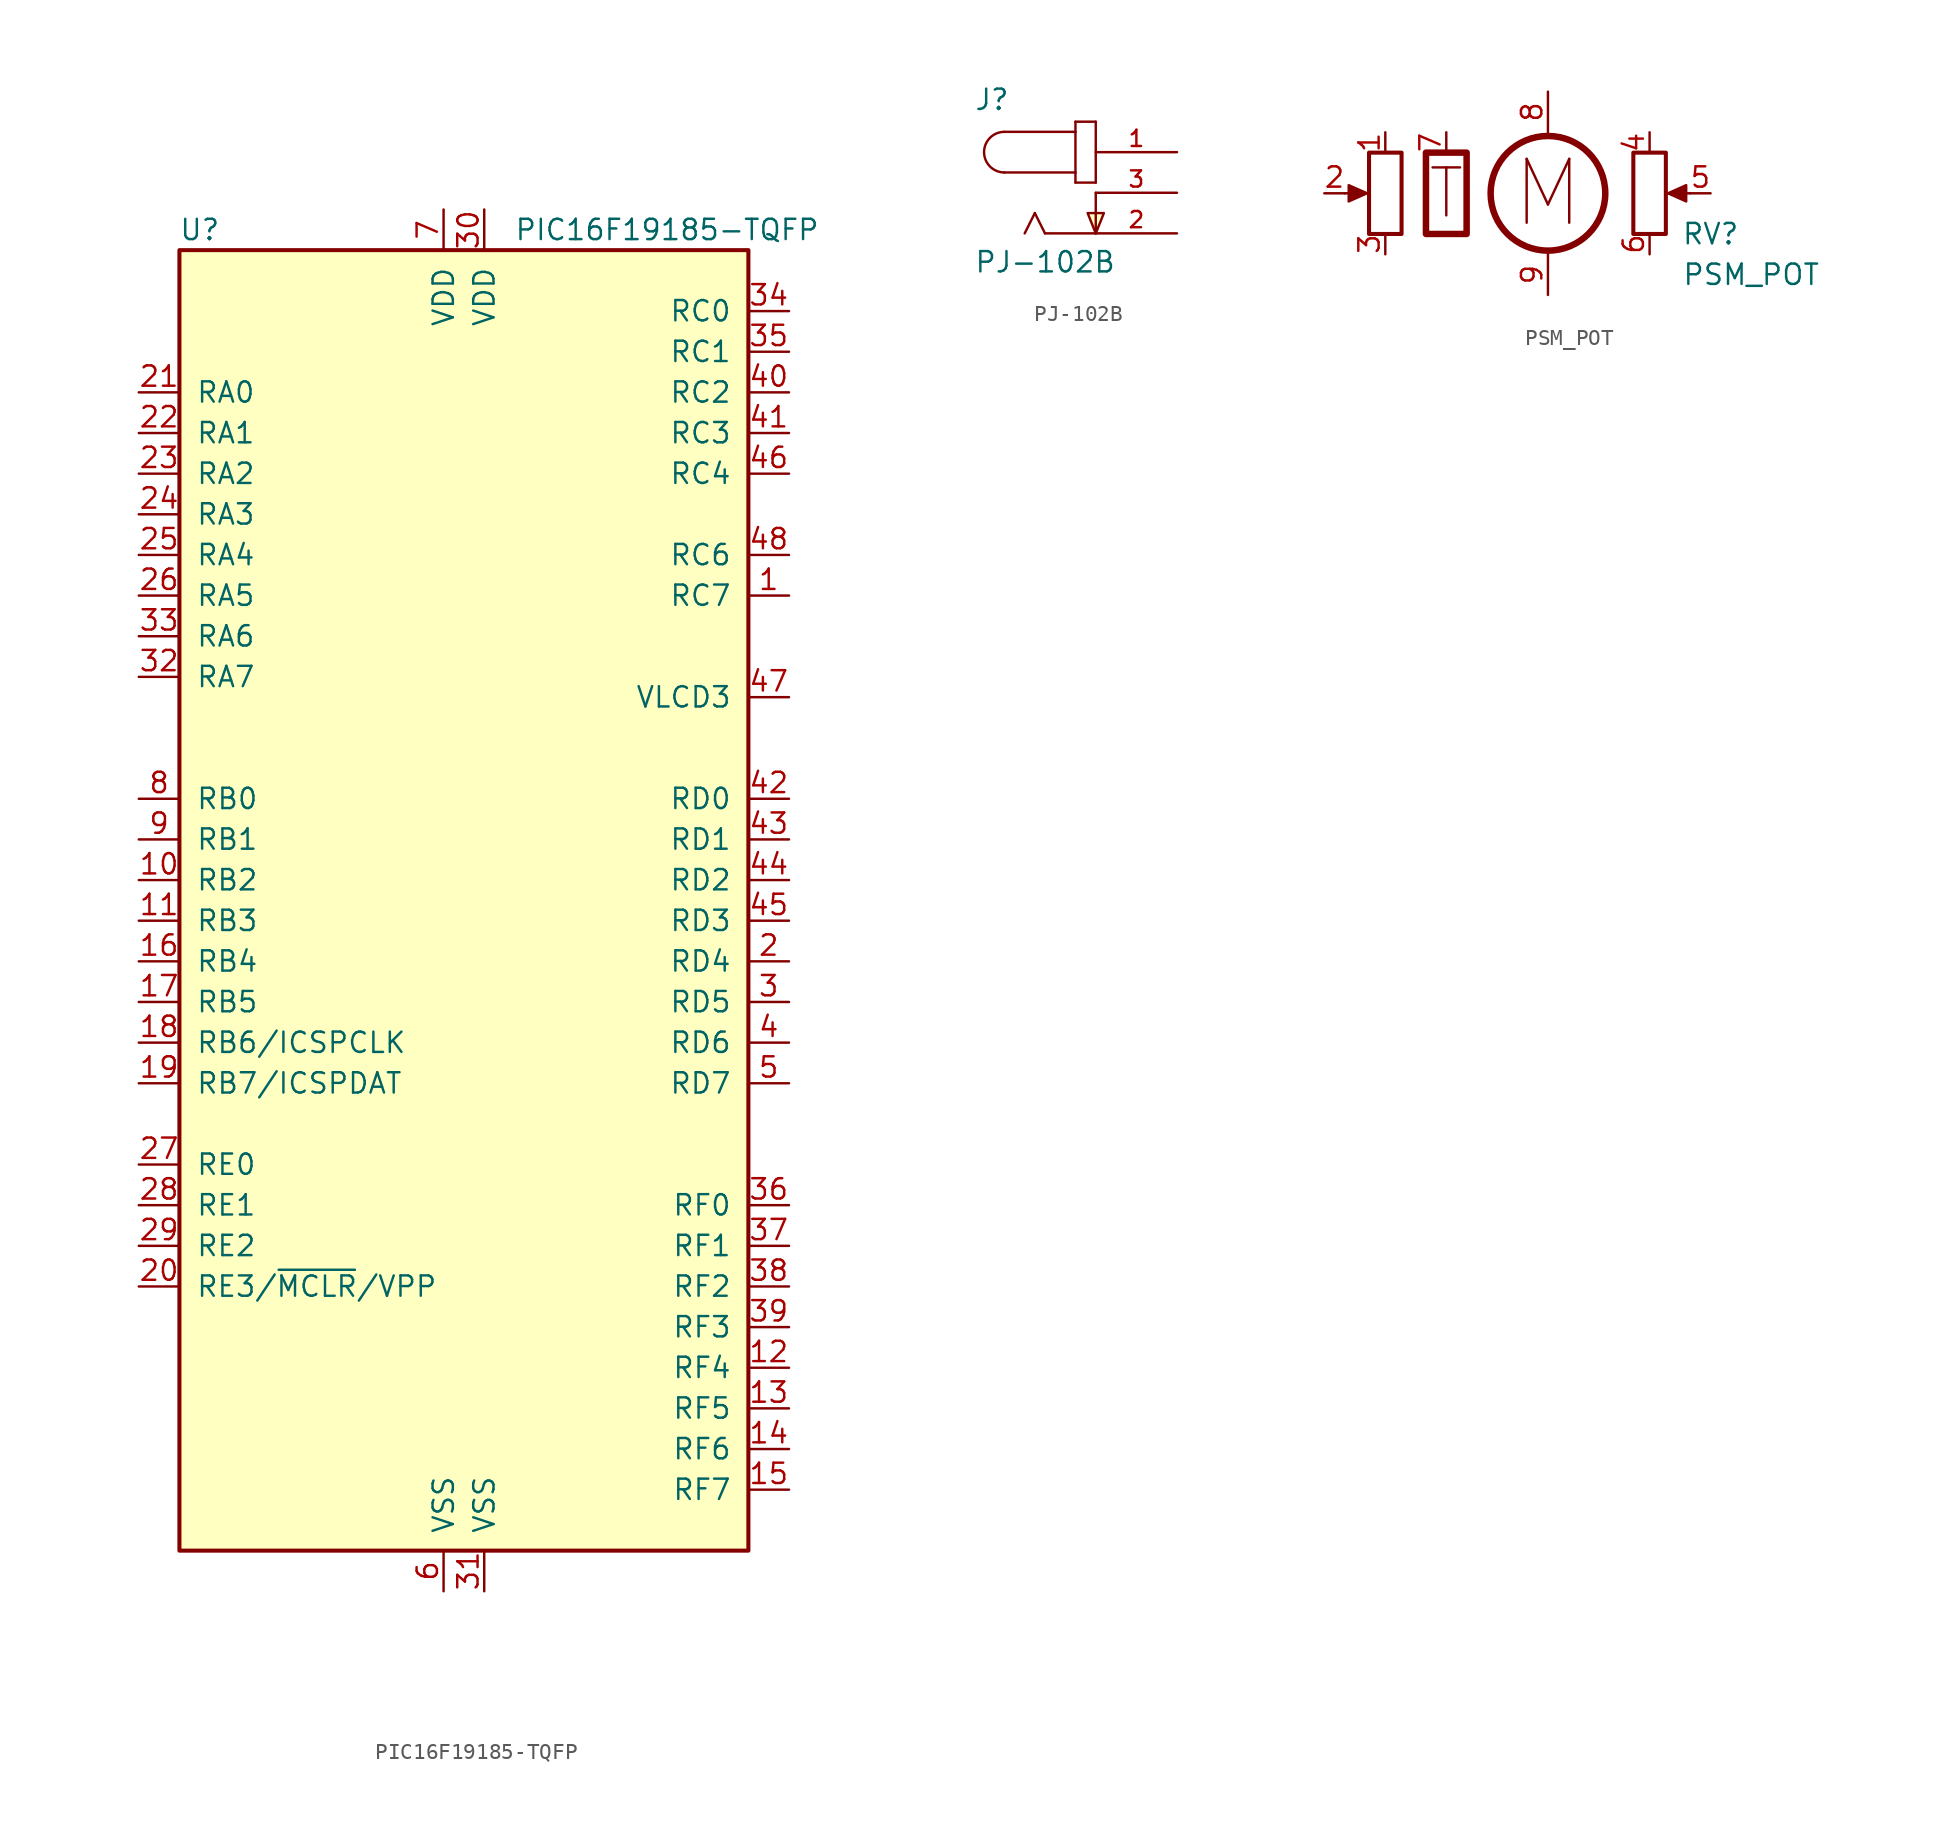
<source format=kicad_sym>
(kicad_symbol_lib
  (version 20220914)
  (generator kicad_symbol_editor)
  (symbol "PIC16F19185-TQFP"
    (pin_names
      (offset 1.016))
    (property "Reference" "U"
      (at -16.51 38.1 0)
      (effects (font (size 1.27 1.27))))
    (property "Value" "PIC16F19185-TQFP"
      (at 12.7 38.1 0)
      (effects (font (size 1.27 1.27))))
    (symbol "PIC16F19185-TQFP_0_1"
      (rectangle (start -17.78 36.83) (end 17.78 -44.45) (stroke (width 0.254) (type default)) (fill (type background))))
    (symbol "PIC16F19185-TQFP_1_1"
      (pin bidirectional line (at 20.32 15.24 180) (length 2.54) (name "RC7" (effects (font (size 1.27 1.27)))) (number "1" (effects (font (size 1.27 1.27)))))
      (pin bidirectional line (at -20.32 -2.54 0) (length 2.54) (name "RB2" (effects (font (size 1.27 1.27)))) (number "10" (effects (font (size 1.27 1.27)))))
      (pin bidirectional line (at -20.32 -5.08 0) (length 2.54) (name "RB3" (effects (font (size 1.27 1.27)))) (number "11" (effects (font (size 1.27 1.27)))))
      (pin bidirectional line (at 20.32 -33.02 180) (length 2.54) (name "RF4" (effects (font (size 1.27 1.27)))) (number "12" (effects (font (size 1.27 1.27)))))
      (pin bidirectional line (at 20.32 -35.56 180) (length 2.54) (name "RF5" (effects (font (size 1.27 1.27)))) (number "13" (effects (font (size 1.27 1.27)))))
      (pin bidirectional line (at 20.32 -38.1 180) (length 2.54) (name "RF6" (effects (font (size 1.27 1.27)))) (number "14" (effects (font (size 1.27 1.27)))))
      (pin bidirectional line (at 20.32 -40.64 180) (length 2.54) (name "RF7" (effects (font (size 1.27 1.27)))) (number "15" (effects (font (size 1.27 1.27)))))
      (pin bidirectional line (at -20.32 -7.62 0) (length 2.54) (name "RB4" (effects (font (size 1.27 1.27)))) (number "16" (effects (font (size 1.27 1.27)))))
      (pin bidirectional line (at -20.32 -10.16 0) (length 2.54) (name "RB5" (effects (font (size 1.27 1.27)))) (number "17" (effects (font (size 1.27 1.27)))))
      (pin bidirectional line (at -20.32 -12.7 0) (length 2.54) (name "RB6/ICSPCLK" (effects (font (size 1.27 1.27)))) (number "18" (effects (font (size 1.27 1.27)))))
      (pin bidirectional line (at -20.32 -15.24 0) (length 2.54) (name "RB7/ICSPDAT" (effects (font (size 1.27 1.27)))) (number "19" (effects (font (size 1.27 1.27)))))
      (pin bidirectional line (at 20.32 -7.62 180) (length 2.54) (name "RD4" (effects (font (size 1.27 1.27)))) (number "2" (effects (font (size 1.27 1.27)))))
      (pin bidirectional line (at -20.32 -27.94 0) (length 2.54) (name "RE3/~{MCLR}/VPP" (effects (font (size 1.27 1.27)))) (number "20" (effects (font (size 1.27 1.27)))))
      (pin bidirectional line (at -20.32 27.94 0) (length 2.54) (name "RA0" (effects (font (size 1.27 1.27)))) (number "21" (effects (font (size 1.27 1.27)))))
      (pin bidirectional line (at -20.32 25.4 0) (length 2.54) (name "RA1" (effects (font (size 1.27 1.27)))) (number "22" (effects (font (size 1.27 1.27)))))
      (pin bidirectional line (at -20.32 22.86 0) (length 2.54) (name "RA2" (effects (font (size 1.27 1.27)))) (number "23" (effects (font (size 1.27 1.27)))))
      (pin bidirectional line (at -20.32 20.32 0) (length 2.54) (name "RA3" (effects (font (size 1.27 1.27)))) (number "24" (effects (font (size 1.27 1.27)))))
      (pin bidirectional line (at -20.32 17.78 0) (length 2.54) (name "RA4" (effects (font (size 1.27 1.27)))) (number "25" (effects (font (size 1.27 1.27)))))
      (pin bidirectional line (at -20.32 15.24 0) (length 2.54) (name "RA5" (effects (font (size 1.27 1.27)))) (number "26" (effects (font (size 1.27 1.27)))))
      (pin bidirectional line (at -20.32 -20.32 0) (length 2.54) (name "RE0" (effects (font (size 1.27 1.27)))) (number "27" (effects (font (size 1.27 1.27)))))
      (pin bidirectional line (at -20.32 -22.86 0) (length 2.54) (name "RE1" (effects (font (size 1.27 1.27)))) (number "28" (effects (font (size 1.27 1.27)))))
      (pin bidirectional line (at -20.32 -25.4 0) (length 2.54) (name "RE2" (effects (font (size 1.27 1.27)))) (number "29" (effects (font (size 1.27 1.27)))))
      (pin bidirectional line (at 20.32 -10.16 180) (length 2.54) (name "RD5" (effects (font (size 1.27 1.27)))) (number "3" (effects (font (size 1.27 1.27)))))
      (pin power_in line (at 1.27 39.37 270) (length 2.54) (name "VDD" (effects (font (size 1.27 1.27)))) (number "30" (effects (font (size 1.27 1.27)))))
      (pin power_in line (at 1.27 -46.99 90) (length 2.54) (name "VSS" (effects (font (size 1.27 1.27)))) (number "31" (effects (font (size 1.27 1.27)))))
      (pin bidirectional line (at -20.32 10.16 0) (length 2.54) (name "RA7" (effects (font (size 1.27 1.27)))) (number "32" (effects (font (size 1.27 1.27)))))
      (pin bidirectional line (at -20.32 12.7 0) (length 2.54) (name "RA6" (effects (font (size 1.27 1.27)))) (number "33" (effects (font (size 1.27 1.27)))))
      (pin bidirectional line (at 20.32 33.02 180) (length 2.54) (name "RC0" (effects (font (size 1.27 1.27)))) (number "34" (effects (font (size 1.27 1.27)))))
      (pin bidirectional line (at 20.32 30.48 180) (length 2.54) (name "RC1" (effects (font (size 1.27 1.27)))) (number "35" (effects (font (size 1.27 1.27)))))
      (pin bidirectional line (at 20.32 -22.86 180) (length 2.54) (name "RF0" (effects (font (size 1.27 1.27)))) (number "36" (effects (font (size 1.27 1.27)))))
      (pin bidirectional line (at 20.32 -25.4 180) (length 2.54) (name "RF1" (effects (font (size 1.27 1.27)))) (number "37" (effects (font (size 1.27 1.27)))))
      (pin bidirectional line (at 20.32 -27.94 180) (length 2.54) (name "RF2" (effects (font (size 1.27 1.27)))) (number "38" (effects (font (size 1.27 1.27)))))
      (pin bidirectional line (at 20.32 -30.48 180) (length 2.54) (name "RF3" (effects (font (size 1.27 1.27)))) (number "39" (effects (font (size 1.27 1.27)))))
      (pin bidirectional line (at 20.32 -12.7 180) (length 2.54) (name "RD6" (effects (font (size 1.27 1.27)))) (number "4" (effects (font (size 1.27 1.27)))))
      (pin bidirectional line (at 20.32 27.94 180) (length 2.54) (name "RC2" (effects (font (size 1.27 1.27)))) (number "40" (effects (font (size 1.27 1.27)))))
      (pin bidirectional line (at 20.32 25.4 180) (length 2.54) (name "RC3" (effects (font (size 1.27 1.27)))) (number "41" (effects (font (size 1.27 1.27)))))
      (pin bidirectional line (at 20.32 2.54 180) (length 2.54) (name "RD0" (effects (font (size 1.27 1.27)))) (number "42" (effects (font (size 1.27 1.27)))))
      (pin bidirectional line (at 20.32 0 180) (length 2.54) (name "RD1" (effects (font (size 1.27 1.27)))) (number "43" (effects (font (size 1.27 1.27)))))
      (pin bidirectional line (at 20.32 -2.54 180) (length 2.54) (name "RD2" (effects (font (size 1.27 1.27)))) (number "44" (effects (font (size 1.27 1.27)))))
      (pin bidirectional line (at 20.32 -5.08 180) (length 2.54) (name "RD3" (effects (font (size 1.27 1.27)))) (number "45" (effects (font (size 1.27 1.27)))))
      (pin bidirectional line (at 20.32 22.86 180) (length 2.54) (name "RC4" (effects (font (size 1.27 1.27)))) (number "46" (effects (font (size 1.27 1.27)))))
      (pin bidirectional line (at 20.32 8.89 180) (length 2.54) (name "VLCD3" (effects (font (size 1.27 1.27)))) (number "47" (effects (font (size 1.27 1.27)))))
      (pin bidirectional line (at 20.32 17.78 180) (length 2.54) (name "RC6" (effects (font (size 1.27 1.27)))) (number "48" (effects (font (size 1.27 1.27)))))
      (pin bidirectional line (at 20.32 -15.24 180) (length 2.54) (name "RD7" (effects (font (size 1.27 1.27)))) (number "5" (effects (font (size 1.27 1.27)))))
      (pin power_in line (at -1.27 -46.99 90) (length 2.54) (name "VSS" (effects (font (size 1.27 1.27)))) (number "6" (effects (font (size 1.27 1.27)))))
      (pin power_in line (at -1.27 39.37 270) (length 2.54) (name "VDD" (effects (font (size 1.27 1.27)))) (number "7" (effects (font (size 1.27 1.27)))))
      (pin bidirectional line (at -20.32 2.54 0) (length 2.54) (name "RB0" (effects (font (size 1.27 1.27)))) (number "8" (effects (font (size 1.27 1.27)))))
      (pin bidirectional line (at -20.32 0 0) (length 2.54) (name "RB1" (effects (font (size 1.27 1.27)))) (number "9" (effects (font (size 1.27 1.27)))))))
  (symbol "PJ-102B"
    (pin_names
      (offset 1.016) hide)
    (property "Reference" "J"
      (at -7.62 5.08 0)
      (effects (font (size 1.27 1.27)) (justify left bottom)))
    (property "Value" "PJ-102B"
      (at -7.62 -5.08 0)
      (effects (font (size 1.27 1.27)) (justify left bottom)))
    (property "ki_locked" ""
      (at 0 0 0)
      (effects (font (size 1.27 1.27))))
    (symbol "PJ-102B_0_0"
      (arc (start -5.715 3.81) (mid -6.9795 2.54) (end -5.715 1.27) (stroke (width 0.1524) (type default)) (fill (type none)))
      (polyline (pts (xy -5.715 3.81) (xy -1.27 3.81)) (stroke (width 0.152) (type default)) (fill (type none)))
      (polyline (pts (xy -3.81 -1.27) (xy -4.445 -2.54)) (stroke (width 0.152) (type default)) (fill (type none)))
      (polyline (pts (xy -3.175 -2.54) (xy -3.81 -1.27)) (stroke (width 0.152) (type default)) (fill (type none)))
      (polyline (pts (xy -1.27 0.635) (xy 0 0.635)) (stroke (width 0.152) (type default)) (fill (type none)))
      (polyline (pts (xy -1.27 1.27) (xy -5.715 1.27)) (stroke (width 0.152) (type default)) (fill (type none)))
      (polyline (pts (xy -1.27 1.27) (xy -1.27 0.635)) (stroke (width 0.152) (type default)) (fill (type none)))
      (polyline (pts (xy -1.27 3.81) (xy -1.27 1.27)) (stroke (width 0.152) (type default)) (fill (type none)))
      (polyline (pts (xy -1.27 4.445) (xy -1.27 3.81)) (stroke (width 0.152) (type default)) (fill (type none)))
      (polyline (pts (xy 0 -2.54) (xy -3.175 -2.54)) (stroke (width 0.152) (type default)) (fill (type none)))
      (polyline (pts (xy 0 0) (xy 0 -2.54)) (stroke (width 0.152) (type default)) (fill (type none)))
      (polyline (pts (xy 0 0.635) (xy 0 4.445)) (stroke (width 0.152) (type default)) (fill (type none)))
      (polyline (pts (xy 0 4.445) (xy -1.27 4.445)) (stroke (width 0.152) (type default)) (fill (type none)))
      (polyline (pts (xy 0 -2.54) (xy -0.508 -1.27) (xy 0.508 -1.27) (xy 0 -2.54)) (stroke (width 0.152) (type default)) (fill (type background)))
      (pin passive line (at 5.08 2.54 180) (length 5.08) (name "~" (effects (font (size 1.016 1.016)))) (number "1" (effects (font (size 1.016 1.016)))))
      (pin passive line (at 5.08 -2.54 180) (length 5.08) (name "~" (effects (font (size 1.016 1.016)))) (number "2" (effects (font (size 1.016 1.016)))))
      (pin passive line (at 5.08 0 180) (length 5.08) (name "~" (effects (font (size 1.016 1.016)))) (number "3" (effects (font (size 1.016 1.016)))))))
  (symbol "PSM_POT"
    (pin_names
      (offset 1.016) hide)
    (property "Reference" "RV"
      (at 10.16 -2.54 0)
      (effects (font (size 1.27 1.27))))
    (property "Value" "PSM_POT"
      (at 12.7 -5.08 0)
      (effects (font (size 1.27 1.27))))
    (symbol "PSM_POT_0_0"
      (text "M" (at 0 0 0) (effects (font (size 3.988 3.988))))
      (text "T" (at -6.35 0 0) (effects (font (size 2.997 2.997)))))
    (symbol "PSM_POT_0_1"
      (rectangle (start -9.144 2.54) (end -11.176 -2.54) (stroke (width 0.254) (type default)) (fill (type none)))
      (rectangle (start -7.62 -2.54) (end -5.08 2.54) (stroke (width 0.406) (type default)) (fill (type none)))
      (polyline (pts (xy -12.7 0) (xy -11.684 0)) (stroke (width 0) (type default)) (fill (type none)))
      (polyline (pts (xy -11.303 0) (xy -12.446 -0.508) (xy -12.446 0.508) (xy -11.303 0)) (stroke (width 0) (type default)) (fill (type outline)))
      (circle (center 0 0) (radius 3.581) (stroke (width 0.406) (type default)) (fill (type none))))
    (symbol "PSM_POT_1_1"
      (polyline (pts (xy 8.89 0) (xy 7.874 0)) (stroke (width 0) (type default)) (fill (type none)))
      (polyline (pts (xy 7.493 0) (xy 8.636 -0.508) (xy 8.636 0.508) (xy 7.493 0)) (stroke (width 0) (type default)) (fill (type outline)))
      (rectangle (start 5.334 2.54) (end 7.366 -2.54) (stroke (width 0.254) (type default)) (fill (type none)))
      (pin passive line (at -10.16 3.81 270) (length 1.27) (name "1" (effects (font (size 1.27 1.27)))) (number "1" (effects (font (size 1.27 1.27)))))
      (pin passive line (at -13.97 0 0) (length 1.27) (name "2" (effects (font (size 1.27 1.27)))) (number "2" (effects (font (size 1.27 1.27)))))
      (pin passive line (at -10.16 -3.81 90) (length 1.27) (name "3" (effects (font (size 1.27 1.27)))) (number "3" (effects (font (size 1.27 1.27)))))
      (pin passive line (at 6.35 3.81 270) (length 1.27) (name "1'" (effects (font (size 1.27 1.27)))) (number "4" (effects (font (size 1.27 1.27)))))
      (pin passive line (at 10.16 0 180) (length 1.27) (name "3'" (effects (font (size 1.27 1.27)))) (number "5" (effects (font (size 1.27 1.27)))))
      (pin passive line (at 6.35 -3.81 90) (length 1.27) (name "2'" (effects (font (size 1.27 1.27)))) (number "6" (effects (font (size 1.27 1.27)))))
      (pin passive line (at -6.35 3.81 270) (length 1.27) (name "T" (effects (font (size 1.27 1.27)))) (number "7" (effects (font (size 1.27 1.27)))))
      (pin bidirectional line (at 0 6.35 270) (length 2.54) (name "M+" (effects (font (size 1.27 1.27)))) (number "8" (effects (font (size 1.27 1.27)))))
      (pin bidirectional line (at 0 -6.35 90) (length 2.54) (name "M-" (effects (font (size 1.27 1.27)))) (number "9" (effects (font (size 1.27 1.27))))))))
</source>
